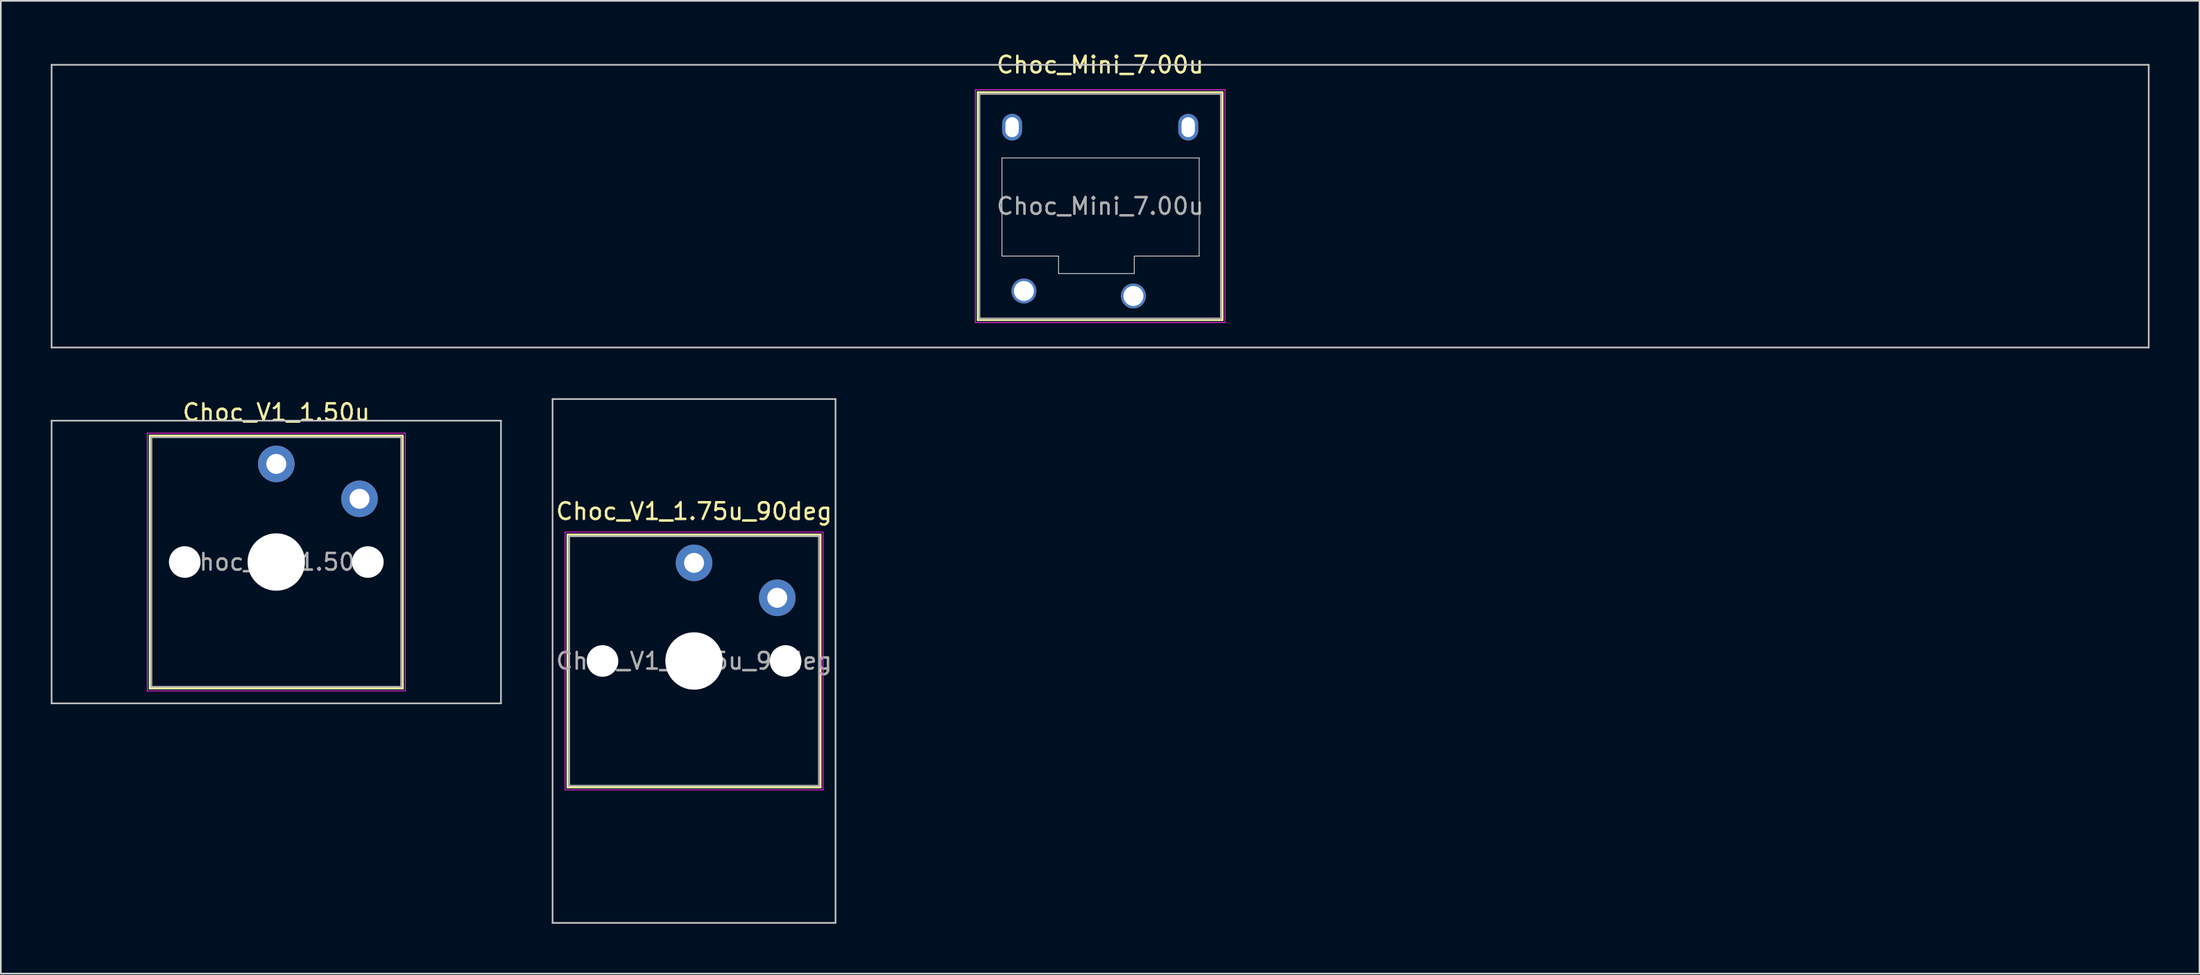
<source format=kicad_pcb>
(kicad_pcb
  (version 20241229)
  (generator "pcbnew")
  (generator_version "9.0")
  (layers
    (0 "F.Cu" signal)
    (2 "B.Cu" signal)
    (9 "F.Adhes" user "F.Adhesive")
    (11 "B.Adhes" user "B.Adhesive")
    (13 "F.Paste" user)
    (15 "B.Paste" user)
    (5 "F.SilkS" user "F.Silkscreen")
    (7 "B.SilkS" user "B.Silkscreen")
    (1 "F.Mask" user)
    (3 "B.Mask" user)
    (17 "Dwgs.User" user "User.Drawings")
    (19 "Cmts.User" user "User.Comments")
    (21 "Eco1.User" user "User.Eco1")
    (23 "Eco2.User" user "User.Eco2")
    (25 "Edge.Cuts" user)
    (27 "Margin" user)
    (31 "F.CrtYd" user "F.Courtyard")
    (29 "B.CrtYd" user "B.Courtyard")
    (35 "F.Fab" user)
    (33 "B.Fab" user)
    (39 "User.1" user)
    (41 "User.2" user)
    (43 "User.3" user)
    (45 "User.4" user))
  (footprint "Choc_Mini_7.00u"
    (layer "F.Cu")
    (at 63.05 9.348)
    (property "Reference" "Choc_Mini_7.00u" (at 0 -8.5 0) (layer "F.SilkS") (effects (font (size 1 1) (thickness 0.15))))
    (attr through_hole)
    (fp_line (start -7.35 -6.85) (end -7.35 6.85) (stroke (width 0.12) (type solid)) (layer "F.SilkS"))
    (fp_line (start -7.35 6.85) (end 7.35 6.85) (stroke (width 0.12) (type solid)) (layer "F.SilkS"))
    (fp_line (start 7.35 -6.85) (end -7.35 -6.85) (stroke (width 0.12) (type solid)) (layer "F.SilkS"))
    (fp_line (start 7.35 6.85) (end 7.35 -6.85) (stroke (width 0.12) (type solid)) (layer "F.SilkS"))
    (fp_line (start -63 -8.5) (end -63 8.5) (stroke (width 0.1) (type solid)) (layer "Dwgs.User"))
    (fp_line (start -63 8.5) (end 63 8.5) (stroke (width 0.1) (type solid)) (layer "Dwgs.User"))
    (fp_line (start 63 -8.5) (end -63 -8.5) (stroke (width 0.1) (type solid)) (layer "Dwgs.User"))
    (fp_line (start 63 8.5) (end 63 -8.5) (stroke (width 0.1) (type solid)) (layer "Dwgs.User"))
    (fp_line (start -6.85 -6.35) (end -6.85 6.35) (stroke (width 0.1) (type solid)) (layer "Eco1.User"))
    (fp_line (start -6.85 6.35) (end 6.85 6.35) (stroke (width 0.1) (type solid)) (layer "Eco1.User"))
    (fp_line (start 6.85 -6.35) (end -6.85 -6.35) (stroke (width 0.1) (type solid)) (layer "Eco1.User"))
    (fp_line (start 6.85 6.35) (end 6.85 -6.35) (stroke (width 0.1) (type solid)) (layer "Eco1.User"))
    (fp_line (start -5.9 -2.9) (end -5.9 3) (stroke (width 0.05) (type solid)) (layer "Edge.Cuts"))
    (fp_line (start -5.9 3) (end -2.5 3) (stroke (width 0.05) (type solid)) (layer "Edge.Cuts"))
    (fp_line (start -2.5 3) (end -2.5 4.05) (stroke (width 0.05) (type solid)) (layer "Edge.Cuts"))
    (fp_line (start -2.5 4.05) (end 2.05 4.05) (stroke (width 0.05) (type solid)) (layer "Edge.Cuts"))
    (fp_line (start 2.05 3) (end 5.95 3) (stroke (width 0.05) (type solid)) (layer "Edge.Cuts"))
    (fp_line (start 2.05 4.05) (end 2.05 3) (stroke (width 0.05) (type solid)) (layer "Edge.Cuts"))
    (fp_line (start 5.95 -2.9) (end -5.9 -2.9) (stroke (width 0.05) (type solid)) (layer "Edge.Cuts"))
    (fp_line (start 5.95 3) (end 5.95 -2.9) (stroke (width 0.05) (type solid)) (layer "Edge.Cuts"))
    (fp_line (start -7.5 -7) (end -7.5 7) (stroke (width 0.05) (type solid)) (layer "F.CrtYd"))
    (fp_line (start -7.5 7) (end 7.5 7) (stroke (width 0.05) (type solid)) (layer "F.CrtYd"))
    (fp_line (start 7.5 -7) (end -7.5 -7) (stroke (width 0.05) (type solid)) (layer "F.CrtYd"))
    (fp_line (start 7.5 7) (end 7.5 -7) (stroke (width 0.05) (type solid)) (layer "F.CrtYd"))
    (fp_line (start -7.25 -6.75) (end -7.25 6.75) (stroke (width 0.1) (type solid)) (layer "F.Fab"))
    (fp_line (start -7.25 6.75) (end 7.25 6.75) (stroke (width 0.1) (type solid)) (layer "F.Fab"))
    (fp_line (start 7.25 -6.75) (end -7.25 -6.75) (stroke (width 0.1) (type solid)) (layer "F.Fab"))
    (fp_line (start 7.25 6.75) (end 7.25 -6.75) (stroke (width 0.1) (type solid)) (layer "F.Fab"))
    (fp_text user "${REFERENCE}" (at 0 0 0) (layer "F.Fab") (effects (font (size 1 1) (thickness 0.15))))
    (pad "" np_thru_hole oval (at -5.29 -4.75) (size 1.2 1.6) (drill oval 0.8 1.2) (layers "*.Cu" "*.Mask"))
    (pad "" np_thru_hole oval (at 5.29 -4.75) (size 1.2 1.6) (drill oval 0.8 1.2) (layers "*.Cu" "*.Mask"))
    (pad "1" thru_hole circle (at 2 5.4) (size 1.5 1.5) (drill 1.2) (layers "*.Cu" "*.Mask"))
    (pad "2" thru_hole circle (at -4.58 5.1) (size 1.5 1.5) (drill 1.2) (layers "*.Cu" "*.Mask")))
  (footprint "Choc_V1_1.75u_90deg"
    (layer "F.Cu")
    (at 38.65 36.698)
    (property "Reference" "Choc_V1_1.75u_90deg" (at 0 -9 0) (layer "F.SilkS") (effects (font (size 1 1) (thickness 0.15))))
    (attr through_hole)
    (fp_line (start -7.6 -7.6) (end -7.6 7.6) (stroke (width 0.12) (type solid)) (layer "F.SilkS"))
    (fp_line (start -7.6 7.6) (end 7.6 7.6) (stroke (width 0.12) (type solid)) (layer "F.SilkS"))
    (fp_line (start 7.6 -7.6) (end -7.6 -7.6) (stroke (width 0.12) (type solid)) (layer "F.SilkS"))
    (fp_line (start 7.6 7.6) (end 7.6 -7.6) (stroke (width 0.12) (type solid)) (layer "F.SilkS"))
    (fp_line (start -8.5 -15.75) (end 8.5 -15.75) (stroke (width 0.1) (type solid)) (layer "Dwgs.User"))
    (fp_line (start -8.5 15.75) (end -8.5 -15.75) (stroke (width 0.1) (type solid)) (layer "Dwgs.User"))
    (fp_line (start 8.5 -15.75) (end 8.5 15.75) (stroke (width 0.1) (type solid)) (layer "Dwgs.User"))
    (fp_line (start 8.5 15.75) (end -8.5 15.75) (stroke (width 0.1) (type solid)) (layer "Dwgs.User"))
    (fp_line (start -7.25 -7.25) (end -7.25 7.25) (stroke (width 0.1) (type solid)) (layer "Eco1.User"))
    (fp_line (start -7.25 7.25) (end 7.25 7.25) (stroke (width 0.1) (type solid)) (layer "Eco1.User"))
    (fp_line (start 7.25 -7.25) (end -7.25 -7.25) (stroke (width 0.1) (type solid)) (layer "Eco1.User"))
    (fp_line (start 7.25 7.25) (end 7.25 -7.25) (stroke (width 0.1) (type solid)) (layer "Eco1.User"))
    (fp_line (start -7.75 -7.75) (end -7.75 7.75) (stroke (width 0.05) (type solid)) (layer "F.CrtYd"))
    (fp_line (start -7.75 7.75) (end 7.75 7.75) (stroke (width 0.05) (type solid)) (layer "F.CrtYd"))
    (fp_line (start 7.75 -7.75) (end -7.75 -7.75) (stroke (width 0.05) (type solid)) (layer "F.CrtYd"))
    (fp_line (start 7.75 7.75) (end 7.75 -7.75) (stroke (width 0.05) (type solid)) (layer "F.CrtYd"))
    (fp_line (start -7.5 -7.5) (end -7.5 7.5) (stroke (width 0.1) (type solid)) (layer "F.Fab"))
    (fp_line (start -7.5 7.5) (end 7.5 7.5) (stroke (width 0.1) (type solid)) (layer "F.Fab"))
    (fp_line (start 7.5 -7.5) (end -7.5 -7.5) (stroke (width 0.1) (type solid)) (layer "F.Fab"))
    (fp_line (start 7.5 7.5) (end 7.5 -7.5) (stroke (width 0.1) (type solid)) (layer "F.Fab"))
    (fp_text user "${REFERENCE}" (at 0 0 0) (layer "F.Fab") (effects (font (size 1 1) (thickness 0.15))))
    (pad "" np_thru_hole circle (at -5.5 0) (size 1.9 1.9) (drill 1.9) (layers "*.Cu" "*.Mask"))
    (pad "" np_thru_hole circle (at 0 0) (size 3.45 3.45) (drill 3.45) (layers "*.Cu" "*.Mask"))
    (pad "" np_thru_hole circle (at 5.5 0) (size 1.9 1.9) (drill 1.9) (layers "*.Cu" "*.Mask"))
    (pad "1" thru_hole circle (at 0 -5.9) (size 2.2 2.2) (drill 1.2) (layers "*.Cu" "*.Mask"))
    (pad "2" thru_hole circle (at 5 -3.8) (size 2.2 2.2) (drill 1.2) (layers "*.Cu" "*.Mask")))
  (footprint "Choc_V1_1.50u"
    (layer "F.Cu")
    (at 13.55 30.747)
    (property "Reference" "Choc_V1_1.50u" (at 0 -9 0) (layer "F.SilkS") (effects (font (size 1 1) (thickness 0.15))))
    (attr through_hole)
    (fp_line (start -7.6 -7.6) (end -7.6 7.6) (stroke (width 0.12) (type solid)) (layer "F.SilkS"))
    (fp_line (start -7.6 7.6) (end 7.6 7.6) (stroke (width 0.12) (type solid)) (layer "F.SilkS"))
    (fp_line (start 7.6 -7.6) (end -7.6 -7.6) (stroke (width 0.12) (type solid)) (layer "F.SilkS"))
    (fp_line (start 7.6 7.6) (end 7.6 -7.6) (stroke (width 0.12) (type solid)) (layer "F.SilkS"))
    (fp_line (start -13.5 -8.5) (end -13.5 8.5) (stroke (width 0.1) (type solid)) (layer "Dwgs.User"))
    (fp_line (start -13.5 8.5) (end 13.5 8.5) (stroke (width 0.1) (type solid)) (layer "Dwgs.User"))
    (fp_line (start 13.5 -8.5) (end -13.5 -8.5) (stroke (width 0.1) (type solid)) (layer "Dwgs.User"))
    (fp_line (start 13.5 8.5) (end 13.5 -8.5) (stroke (width 0.1) (type solid)) (layer "Dwgs.User"))
    (fp_line (start -7.25 -7.25) (end -7.25 7.25) (stroke (width 0.1) (type solid)) (layer "Eco1.User"))
    (fp_line (start -7.25 7.25) (end 7.25 7.25) (stroke (width 0.1) (type solid)) (layer "Eco1.User"))
    (fp_line (start 7.25 -7.25) (end -7.25 -7.25) (stroke (width 0.1) (type solid)) (layer "Eco1.User"))
    (fp_line (start 7.25 7.25) (end 7.25 -7.25) (stroke (width 0.1) (type solid)) (layer "Eco1.User"))
    (fp_line (start -7.75 -7.75) (end -7.75 7.75) (stroke (width 0.05) (type solid)) (layer "F.CrtYd"))
    (fp_line (start -7.75 7.75) (end 7.75 7.75) (stroke (width 0.05) (type solid)) (layer "F.CrtYd"))
    (fp_line (start 7.75 -7.75) (end -7.75 -7.75) (stroke (width 0.05) (type solid)) (layer "F.CrtYd"))
    (fp_line (start 7.75 7.75) (end 7.75 -7.75) (stroke (width 0.05) (type solid)) (layer "F.CrtYd"))
    (fp_line (start -7.5 -7.5) (end -7.5 7.5) (stroke (width 0.1) (type solid)) (layer "F.Fab"))
    (fp_line (start -7.5 7.5) (end 7.5 7.5) (stroke (width 0.1) (type solid)) (layer "F.Fab"))
    (fp_line (start 7.5 -7.5) (end -7.5 -7.5) (stroke (width 0.1) (type solid)) (layer "F.Fab"))
    (fp_line (start 7.5 7.5) (end 7.5 -7.5) (stroke (width 0.1) (type solid)) (layer "F.Fab"))
    (fp_text user "${REFERENCE}" (at 0 0 0) (layer "F.Fab") (effects (font (size 1 1) (thickness 0.15))))
    (pad "" np_thru_hole circle (at -5.5 0) (size 1.9 1.9) (drill 1.9) (layers "*.Cu" "*.Mask"))
    (pad "" np_thru_hole circle (at 0 0) (size 3.45 3.45) (drill 3.45) (layers "*.Cu" "*.Mask"))
    (pad "" np_thru_hole circle (at 5.5 0) (size 1.9 1.9) (drill 1.9) (layers "*.Cu" "*.Mask"))
    (pad "1" thru_hole circle (at 0 -5.9) (size 2.2 2.2) (drill 1.2) (layers "*.Cu" "*.Mask"))
    (pad "2" thru_hole circle (at 5 -3.8) (size 2.2 2.2) (drill 1.2) (layers "*.Cu" "*.Mask")))
  (gr_rect
    (start -3 -3)
    (end 129.1 55.498)
    (stroke (width 0.1) (type default))
    (fill no)
    (layer "Edge.Cuts")))
</source>
